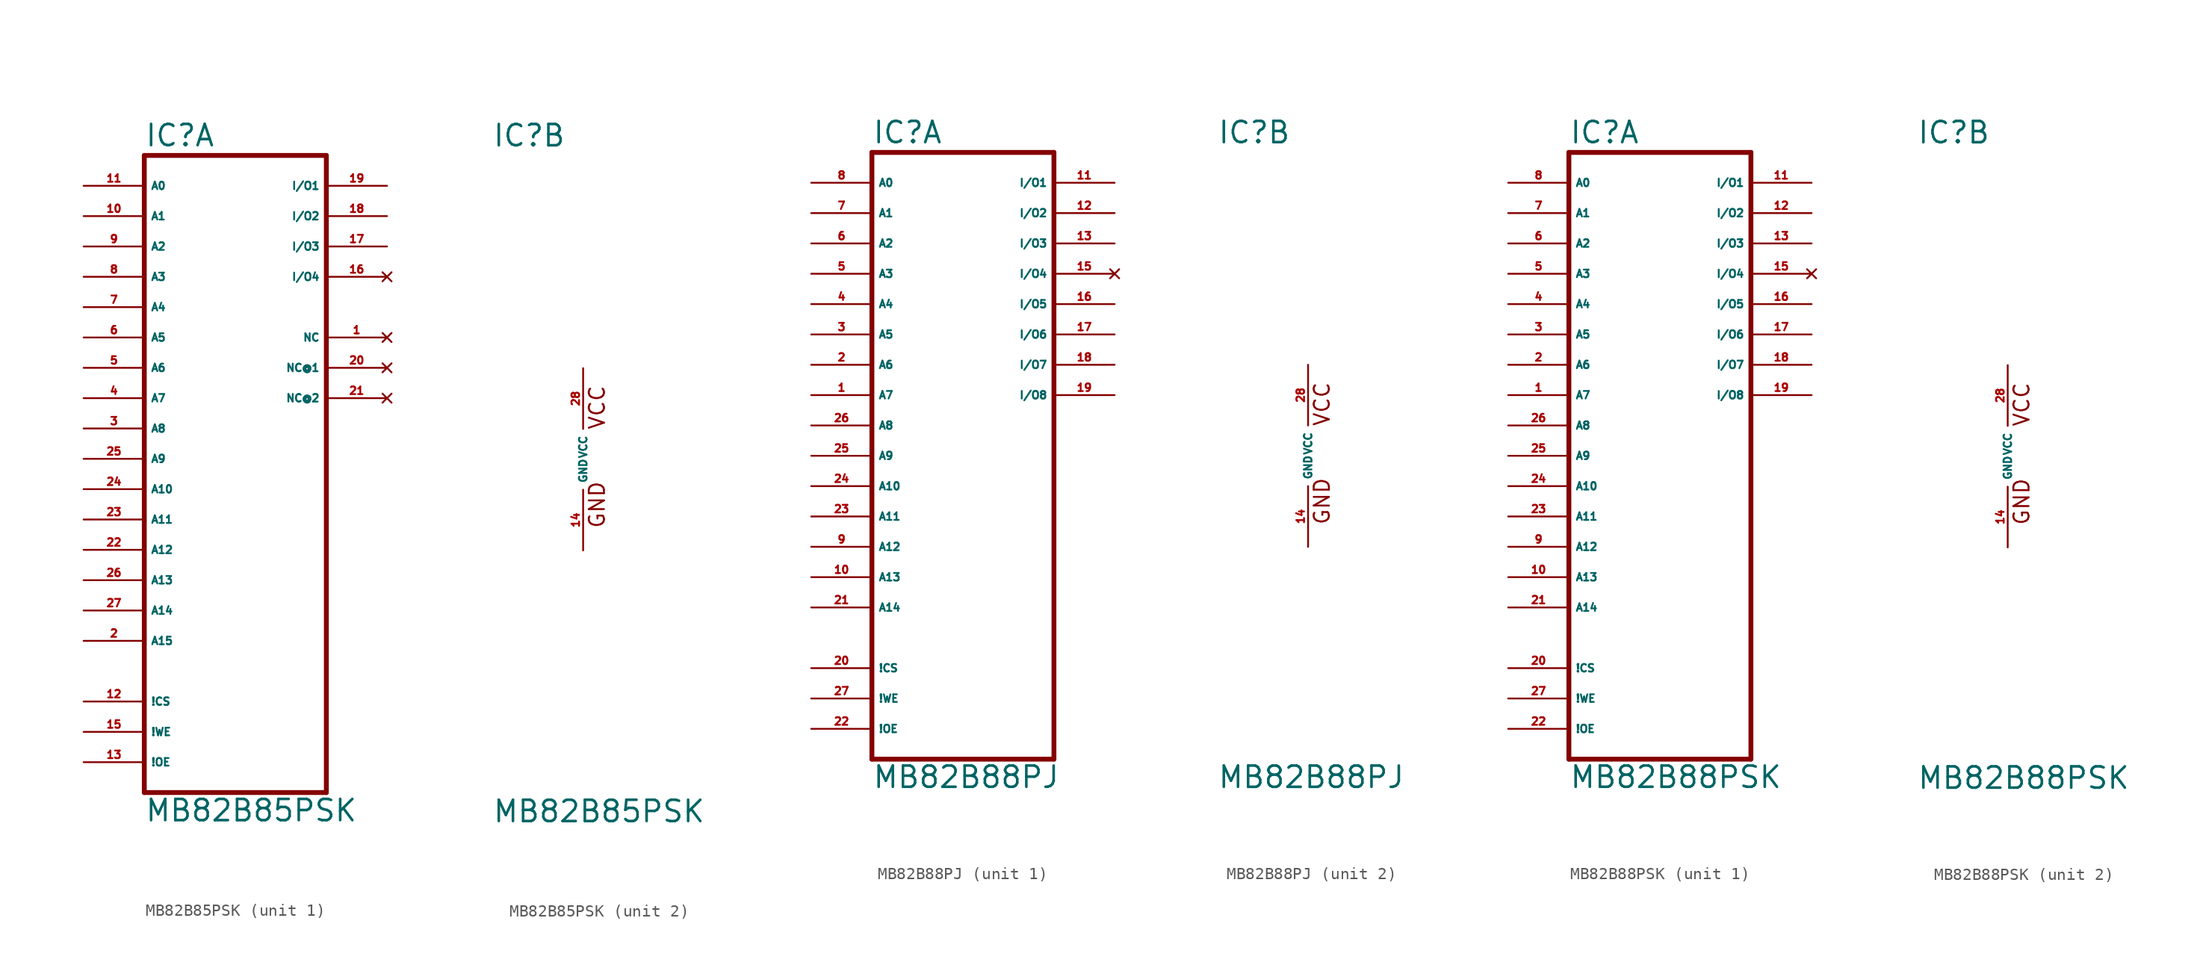
<source format=kicad_sym>
(kicad_symbol_lib
  (version 20220914)
  (generator Eagle2Kicad)
  (symbol "MB82B85PSK"
    (property "Reference" "IC"
      (at -7.62 26.035 0)
      (effects (font (size 1.778 1.778) (thickness 0.22)) (justify left bottom)))
    (property "Value" "MB82B85PSK"
      (at -7.62 -30.48 0)
      (effects (font (size 1.778 1.778) (thickness 0.22)) (justify left bottom)))
    (symbol "MB82B85PSK_1_0"
      (polyline (pts (xy -7.62 -27.94) (xy -7.62 25.4)) (stroke (width 0.406) (type default)) (fill (type none)))
      (polyline (pts (xy -7.62 25.4) (xy 7.62 25.4)) (stroke (width 0.406) (type default)) (fill (type none)))
      (polyline (pts (xy 7.62 25.4) (xy 7.62 -27.94)) (stroke (width 0.406) (type default)) (fill (type none)))
      (polyline (pts (xy 7.62 -27.94) (xy -7.62 -27.94)) (stroke (width 0.406) (type default)) (fill (type none)))
      (pin input line (at -12.7 22.86 0) (length 5.08) (name "A0" (effects (font (size 0.635 0.635) (thickness 0.08)) (justify left bottom))) (number "11" (effects (font (size 0.635 0.635) (thickness 0.08)) (justify left bottom))))
      (pin input line (at -12.7 20.32 0) (length 5.08) (name "A1" (effects (font (size 0.635 0.635) (thickness 0.08)) (justify left bottom))) (number "10" (effects (font (size 0.635 0.635) (thickness 0.08)) (justify left bottom))))
      (pin input line (at -12.7 17.78 0) (length 5.08) (name "A2" (effects (font (size 0.635 0.635) (thickness 0.08)) (justify left bottom))) (number "9" (effects (font (size 0.635 0.635) (thickness 0.08)) (justify left bottom))))
      (pin input line (at -12.7 15.24 0) (length 5.08) (name "A3" (effects (font (size 0.635 0.635) (thickness 0.08)) (justify left bottom))) (number "8" (effects (font (size 0.635 0.635) (thickness 0.08)) (justify left bottom))))
      (pin input line (at -12.7 12.7 0) (length 5.08) (name "A4" (effects (font (size 0.635 0.635) (thickness 0.08)) (justify left bottom))) (number "7" (effects (font (size 0.635 0.635) (thickness 0.08)) (justify left bottom))))
      (pin input line (at -12.7 7.62 0) (length 5.08) (name "A6" (effects (font (size 0.635 0.635) (thickness 0.08)) (justify left bottom))) (number "5" (effects (font (size 0.635 0.635) (thickness 0.08)) (justify left bottom))))
      (pin input line (at -12.7 10.16 0) (length 5.08) (name "A5" (effects (font (size 0.635 0.635) (thickness 0.08)) (justify left bottom))) (number "6" (effects (font (size 0.635 0.635) (thickness 0.08)) (justify left bottom))))
      (pin input line (at -12.7 5.08 0) (length 5.08) (name "A7" (effects (font (size 0.635 0.635) (thickness 0.08)) (justify left bottom))) (number "4" (effects (font (size 0.635 0.635) (thickness 0.08)) (justify left bottom))))
      (pin input line (at -12.7 2.54 0) (length 5.08) (name "A8" (effects (font (size 0.635 0.635) (thickness 0.08)) (justify left bottom))) (number "3" (effects (font (size 0.635 0.635) (thickness 0.08)) (justify left bottom))))
      (pin input line (at -12.7 0 0) (length 5.08) (name "A9" (effects (font (size 0.635 0.635) (thickness 0.08)) (justify left bottom))) (number "25" (effects (font (size 0.635 0.635) (thickness 0.08)) (justify left bottom))))
      (pin input line (at -12.7 -2.54 0) (length 5.08) (name "A10" (effects (font (size 0.635 0.635) (thickness 0.08)) (justify left bottom))) (number "24" (effects (font (size 0.635 0.635) (thickness 0.08)) (justify left bottom))))
      (pin input line (at -12.7 -5.08 0) (length 5.08) (name "A11" (effects (font (size 0.635 0.635) (thickness 0.08)) (justify left bottom))) (number "23" (effects (font (size 0.635 0.635) (thickness 0.08)) (justify left bottom))))
      (pin bidirectional line (at 12.7 22.86 180) (length 5.08) (name "I/O1" (effects (font (size 0.635 0.635) (thickness 0.08)) (justify left bottom))) (number "19" (effects (font (size 0.635 0.635) (thickness 0.08)) (justify left bottom))))
      (pin bidirectional line (at 12.7 20.32 180) (length 5.08) (name "I/O2" (effects (font (size 0.635 0.635) (thickness 0.08)) (justify left bottom))) (number "18" (effects (font (size 0.635 0.635) (thickness 0.08)) (justify left bottom))))
      (pin bidirectional line (at 12.7 17.78 180) (length 5.08) (name "I/O3" (effects (font (size 0.635 0.635) (thickness 0.08)) (justify left bottom))) (number "17" (effects (font (size 0.635 0.635) (thickness 0.08)) (justify left bottom))))
      (pin no_connect line (at 12.7 15.24 180) (length 5.08) (name "I/O4" (effects (font (size 0.635 0.635) (thickness 0.08)) (justify left bottom) hide)) (number "16" (effects (font (size 0.635 0.635) (thickness 0.08)) (justify left bottom) hide)))
      (pin input line (at -12.7 -20.32 0) (length 5.08) (name "!CS" (effects (font (size 0.635 0.635) (thickness 0.08)) (justify left bottom))) (number "12" (effects (font (size 0.635 0.635) (thickness 0.08)) (justify left bottom))))
      (pin input line (at -12.7 -22.86 0) (length 5.08) (name "!WE" (effects (font (size 0.635 0.635) (thickness 0.08)) (justify left bottom))) (number "15" (effects (font (size 0.635 0.635) (thickness 0.08)) (justify left bottom))))
      (pin input line (at -12.7 -7.62 0) (length 5.08) (name "A12" (effects (font (size 0.635 0.635) (thickness 0.08)) (justify left bottom))) (number "22" (effects (font (size 0.635 0.635) (thickness 0.08)) (justify left bottom))))
      (pin input line (at -12.7 -10.16 0) (length 5.08) (name "A13" (effects (font (size 0.635 0.635) (thickness 0.08)) (justify left bottom))) (number "26" (effects (font (size 0.635 0.635) (thickness 0.08)) (justify left bottom))))
      (pin input line (at -12.7 -25.4 0) (length 5.08) (name "!OE" (effects (font (size 0.635 0.635) (thickness 0.08)) (justify left bottom))) (number "13" (effects (font (size 0.635 0.635) (thickness 0.08)) (justify left bottom))))
      (pin no_connect line (at 12.7 10.16 180) (length 5.08) (name "NC" (effects (font (size 0.635 0.635) (thickness 0.08)) (justify left bottom) hide)) (number "1" (effects (font (size 0.635 0.635) (thickness 0.08)) (justify left bottom) hide)))
      (pin input line (at -12.7 -12.7 0) (length 5.08) (name "A14" (effects (font (size 0.635 0.635) (thickness 0.08)) (justify left bottom))) (number "27" (effects (font (size 0.635 0.635) (thickness 0.08)) (justify left bottom))))
      (pin input line (at -12.7 -15.24 0) (length 5.08) (name "A15" (effects (font (size 0.635 0.635) (thickness 0.08)) (justify left bottom))) (number "2" (effects (font (size 0.635 0.635) (thickness 0.08)) (justify left bottom))))
      (pin no_connect line (at 12.7 7.62 180) (length 5.08) (name "NC@1" (effects (font (size 0.635 0.635) (thickness 0.08)) (justify left bottom) hide)) (number "20" (effects (font (size 0.635 0.635) (thickness 0.08)) (justify left bottom) hide)))
      (pin no_connect line (at 12.7 5.08 180) (length 5.08) (name "NC@2" (effects (font (size 0.635 0.635) (thickness 0.08)) (justify left bottom) hide)) (number "21" (effects (font (size 0.635 0.635) (thickness 0.08)) (justify left bottom) hide))))
    (symbol "MB82B85PSK_2_0"
      (text "VCC" (at 1.905 2.413 900) (effects (font (size 1.27 1.27) (thickness 0.16)) (justify left bottom)))
      (text "GND" (at 1.905 -5.842 900) (effects (font (size 1.27 1.27) (thickness 0.16)) (justify left bottom)))
      (pin unspecified line (at 0 -7.62 90) (length 5.08) (name "GND" (effects (font (size 0.635 0.635) (thickness 0.08)) (justify left bottom))) (number "14" (effects (font (size 0.635 0.635) (thickness 0.08)) (justify left bottom))))
      (pin unspecified line (at 0 7.62 270) (length 5.08) (name "VCC" (effects (font (size 0.635 0.635) (thickness 0.08)) (justify left bottom))) (number "28" (effects (font (size 0.635 0.635) (thickness 0.08)) (justify left bottom))))))
  (symbol "MB82B88PJ"
    (property "Reference" "IC"
      (at -7.62 26.035 0)
      (effects (font (size 1.778 1.778) (thickness 0.22)) (justify left bottom)))
    (property "Value" "MB82B88PJ"
      (at -7.62 -27.94 0)
      (effects (font (size 1.778 1.778) (thickness 0.22)) (justify left bottom)))
    (symbol "MB82B88PJ_1_0"
      (polyline (pts (xy -7.62 -25.4) (xy -7.62 25.4)) (stroke (width 0.406) (type default)) (fill (type none)))
      (polyline (pts (xy -7.62 25.4) (xy 7.62 25.4)) (stroke (width 0.406) (type default)) (fill (type none)))
      (polyline (pts (xy 7.62 25.4) (xy 7.62 -25.4)) (stroke (width 0.406) (type default)) (fill (type none)))
      (polyline (pts (xy 7.62 -25.4) (xy -7.62 -25.4)) (stroke (width 0.406) (type default)) (fill (type none)))
      (pin input line (at -12.7 22.86 0) (length 5.08) (name "A0" (effects (font (size 0.635 0.635) (thickness 0.08)) (justify left bottom))) (number "8" (effects (font (size 0.635 0.635) (thickness 0.08)) (justify left bottom))))
      (pin input line (at -12.7 20.32 0) (length 5.08) (name "A1" (effects (font (size 0.635 0.635) (thickness 0.08)) (justify left bottom))) (number "7" (effects (font (size 0.635 0.635) (thickness 0.08)) (justify left bottom))))
      (pin input line (at -12.7 17.78 0) (length 5.08) (name "A2" (effects (font (size 0.635 0.635) (thickness 0.08)) (justify left bottom))) (number "6" (effects (font (size 0.635 0.635) (thickness 0.08)) (justify left bottom))))
      (pin input line (at -12.7 15.24 0) (length 5.08) (name "A3" (effects (font (size 0.635 0.635) (thickness 0.08)) (justify left bottom))) (number "5" (effects (font (size 0.635 0.635) (thickness 0.08)) (justify left bottom))))
      (pin input line (at -12.7 12.7 0) (length 5.08) (name "A4" (effects (font (size 0.635 0.635) (thickness 0.08)) (justify left bottom))) (number "4" (effects (font (size 0.635 0.635) (thickness 0.08)) (justify left bottom))))
      (pin input line (at -12.7 7.62 0) (length 5.08) (name "A6" (effects (font (size 0.635 0.635) (thickness 0.08)) (justify left bottom))) (number "2" (effects (font (size 0.635 0.635) (thickness 0.08)) (justify left bottom))))
      (pin input line (at -12.7 10.16 0) (length 5.08) (name "A5" (effects (font (size 0.635 0.635) (thickness 0.08)) (justify left bottom))) (number "3" (effects (font (size 0.635 0.635) (thickness 0.08)) (justify left bottom))))
      (pin input line (at -12.7 5.08 0) (length 5.08) (name "A7" (effects (font (size 0.635 0.635) (thickness 0.08)) (justify left bottom))) (number "1" (effects (font (size 0.635 0.635) (thickness 0.08)) (justify left bottom))))
      (pin input line (at -12.7 2.54 0) (length 5.08) (name "A8" (effects (font (size 0.635 0.635) (thickness 0.08)) (justify left bottom))) (number "26" (effects (font (size 0.635 0.635) (thickness 0.08)) (justify left bottom))))
      (pin input line (at -12.7 0 0) (length 5.08) (name "A9" (effects (font (size 0.635 0.635) (thickness 0.08)) (justify left bottom))) (number "25" (effects (font (size 0.635 0.635) (thickness 0.08)) (justify left bottom))))
      (pin input line (at -12.7 -2.54 0) (length 5.08) (name "A10" (effects (font (size 0.635 0.635) (thickness 0.08)) (justify left bottom))) (number "24" (effects (font (size 0.635 0.635) (thickness 0.08)) (justify left bottom))))
      (pin input line (at -12.7 -5.08 0) (length 5.08) (name "A11" (effects (font (size 0.635 0.635) (thickness 0.08)) (justify left bottom))) (number "23" (effects (font (size 0.635 0.635) (thickness 0.08)) (justify left bottom))))
      (pin bidirectional line (at 12.7 22.86 180) (length 5.08) (name "I/O1" (effects (font (size 0.635 0.635) (thickness 0.08)) (justify left bottom))) (number "11" (effects (font (size 0.635 0.635) (thickness 0.08)) (justify left bottom))))
      (pin bidirectional line (at 12.7 20.32 180) (length 5.08) (name "I/O2" (effects (font (size 0.635 0.635) (thickness 0.08)) (justify left bottom))) (number "12" (effects (font (size 0.635 0.635) (thickness 0.08)) (justify left bottom))))
      (pin bidirectional line (at 12.7 17.78 180) (length 5.08) (name "I/O3" (effects (font (size 0.635 0.635) (thickness 0.08)) (justify left bottom))) (number "13" (effects (font (size 0.635 0.635) (thickness 0.08)) (justify left bottom))))
      (pin no_connect line (at 12.7 15.24 180) (length 5.08) (name "I/O4" (effects (font (size 0.635 0.635) (thickness 0.08)) (justify left bottom) hide)) (number "15" (effects (font (size 0.635 0.635) (thickness 0.08)) (justify left bottom) hide)))
      (pin input line (at -12.7 -17.78 0) (length 5.08) (name "!CS" (effects (font (size 0.635 0.635) (thickness 0.08)) (justify left bottom))) (number "20" (effects (font (size 0.635 0.635) (thickness 0.08)) (justify left bottom))))
      (pin input line (at -12.7 -20.32 0) (length 5.08) (name "!WE" (effects (font (size 0.635 0.635) (thickness 0.08)) (justify left bottom))) (number "27" (effects (font (size 0.635 0.635) (thickness 0.08)) (justify left bottom))))
      (pin input line (at -12.7 -7.62 0) (length 5.08) (name "A12" (effects (font (size 0.635 0.635) (thickness 0.08)) (justify left bottom))) (number "9" (effects (font (size 0.635 0.635) (thickness 0.08)) (justify left bottom))))
      (pin input line (at -12.7 -10.16 0) (length 5.08) (name "A13" (effects (font (size 0.635 0.635) (thickness 0.08)) (justify left bottom))) (number "10" (effects (font (size 0.635 0.635) (thickness 0.08)) (justify left bottom))))
      (pin input line (at -12.7 -22.86 0) (length 5.08) (name "!OE" (effects (font (size 0.635 0.635) (thickness 0.08)) (justify left bottom))) (number "22" (effects (font (size 0.635 0.635) (thickness 0.08)) (justify left bottom))))
      (pin bidirectional line (at 12.7 10.16 180) (length 5.08) (name "I/O6" (effects (font (size 0.635 0.635) (thickness 0.08)) (justify left bottom))) (number "17" (effects (font (size 0.635 0.635) (thickness 0.08)) (justify left bottom))))
      (pin input line (at -12.7 -12.7 0) (length 5.08) (name "A14" (effects (font (size 0.635 0.635) (thickness 0.08)) (justify left bottom))) (number "21" (effects (font (size 0.635 0.635) (thickness 0.08)) (justify left bottom))))
      (pin bidirectional line (at 12.7 12.7 180) (length 5.08) (name "I/O5" (effects (font (size 0.635 0.635) (thickness 0.08)) (justify left bottom))) (number "16" (effects (font (size 0.635 0.635) (thickness 0.08)) (justify left bottom))))
      (pin bidirectional line (at 12.7 7.62 180) (length 5.08) (name "I/O7" (effects (font (size 0.635 0.635) (thickness 0.08)) (justify left bottom))) (number "18" (effects (font (size 0.635 0.635) (thickness 0.08)) (justify left bottom))))
      (pin bidirectional line (at 12.7 5.08 180) (length 5.08) (name "I/O8" (effects (font (size 0.635 0.635) (thickness 0.08)) (justify left bottom))) (number "19" (effects (font (size 0.635 0.635) (thickness 0.08)) (justify left bottom)))))
    (symbol "MB82B88PJ_2_0"
      (text "VCC" (at 1.905 2.413 900) (effects (font (size 1.27 1.27) (thickness 0.16)) (justify left bottom)))
      (text "GND" (at 1.905 -5.842 900) (effects (font (size 1.27 1.27) (thickness 0.16)) (justify left bottom)))
      (pin unspecified line (at 0 -7.62 90) (length 5.08) (name "GND" (effects (font (size 0.635 0.635) (thickness 0.08)) (justify left bottom))) (number "14" (effects (font (size 0.635 0.635) (thickness 0.08)) (justify left bottom))))
      (pin unspecified line (at 0 7.62 270) (length 5.08) (name "VCC" (effects (font (size 0.635 0.635) (thickness 0.08)) (justify left bottom))) (number "28" (effects (font (size 0.635 0.635) (thickness 0.08)) (justify left bottom))))))
  (symbol "MB82B88PSK"
    (property "Reference" "IC"
      (at -7.62 26.035 0)
      (effects (font (size 1.778 1.778) (thickness 0.22)) (justify left bottom)))
    (property "Value" "MB82B88PSK"
      (at -7.62 -27.94 0)
      (effects (font (size 1.778 1.778) (thickness 0.22)) (justify left bottom)))
    (symbol "MB82B88PSK_1_0"
      (polyline (pts (xy -7.62 -25.4) (xy -7.62 25.4)) (stroke (width 0.406) (type default)) (fill (type none)))
      (polyline (pts (xy -7.62 25.4) (xy 7.62 25.4)) (stroke (width 0.406) (type default)) (fill (type none)))
      (polyline (pts (xy 7.62 25.4) (xy 7.62 -25.4)) (stroke (width 0.406) (type default)) (fill (type none)))
      (polyline (pts (xy 7.62 -25.4) (xy -7.62 -25.4)) (stroke (width 0.406) (type default)) (fill (type none)))
      (pin input line (at -12.7 22.86 0) (length 5.08) (name "A0" (effects (font (size 0.635 0.635) (thickness 0.08)) (justify left bottom))) (number "8" (effects (font (size 0.635 0.635) (thickness 0.08)) (justify left bottom))))
      (pin input line (at -12.7 20.32 0) (length 5.08) (name "A1" (effects (font (size 0.635 0.635) (thickness 0.08)) (justify left bottom))) (number "7" (effects (font (size 0.635 0.635) (thickness 0.08)) (justify left bottom))))
      (pin input line (at -12.7 17.78 0) (length 5.08) (name "A2" (effects (font (size 0.635 0.635) (thickness 0.08)) (justify left bottom))) (number "6" (effects (font (size 0.635 0.635) (thickness 0.08)) (justify left bottom))))
      (pin input line (at -12.7 15.24 0) (length 5.08) (name "A3" (effects (font (size 0.635 0.635) (thickness 0.08)) (justify left bottom))) (number "5" (effects (font (size 0.635 0.635) (thickness 0.08)) (justify left bottom))))
      (pin input line (at -12.7 12.7 0) (length 5.08) (name "A4" (effects (font (size 0.635 0.635) (thickness 0.08)) (justify left bottom))) (number "4" (effects (font (size 0.635 0.635) (thickness 0.08)) (justify left bottom))))
      (pin input line (at -12.7 7.62 0) (length 5.08) (name "A6" (effects (font (size 0.635 0.635) (thickness 0.08)) (justify left bottom))) (number "2" (effects (font (size 0.635 0.635) (thickness 0.08)) (justify left bottom))))
      (pin input line (at -12.7 10.16 0) (length 5.08) (name "A5" (effects (font (size 0.635 0.635) (thickness 0.08)) (justify left bottom))) (number "3" (effects (font (size 0.635 0.635) (thickness 0.08)) (justify left bottom))))
      (pin input line (at -12.7 5.08 0) (length 5.08) (name "A7" (effects (font (size 0.635 0.635) (thickness 0.08)) (justify left bottom))) (number "1" (effects (font (size 0.635 0.635) (thickness 0.08)) (justify left bottom))))
      (pin input line (at -12.7 2.54 0) (length 5.08) (name "A8" (effects (font (size 0.635 0.635) (thickness 0.08)) (justify left bottom))) (number "26" (effects (font (size 0.635 0.635) (thickness 0.08)) (justify left bottom))))
      (pin input line (at -12.7 0 0) (length 5.08) (name "A9" (effects (font (size 0.635 0.635) (thickness 0.08)) (justify left bottom))) (number "25" (effects (font (size 0.635 0.635) (thickness 0.08)) (justify left bottom))))
      (pin input line (at -12.7 -2.54 0) (length 5.08) (name "A10" (effects (font (size 0.635 0.635) (thickness 0.08)) (justify left bottom))) (number "24" (effects (font (size 0.635 0.635) (thickness 0.08)) (justify left bottom))))
      (pin input line (at -12.7 -5.08 0) (length 5.08) (name "A11" (effects (font (size 0.635 0.635) (thickness 0.08)) (justify left bottom))) (number "23" (effects (font (size 0.635 0.635) (thickness 0.08)) (justify left bottom))))
      (pin bidirectional line (at 12.7 22.86 180) (length 5.08) (name "I/O1" (effects (font (size 0.635 0.635) (thickness 0.08)) (justify left bottom))) (number "11" (effects (font (size 0.635 0.635) (thickness 0.08)) (justify left bottom))))
      (pin bidirectional line (at 12.7 20.32 180) (length 5.08) (name "I/O2" (effects (font (size 0.635 0.635) (thickness 0.08)) (justify left bottom))) (number "12" (effects (font (size 0.635 0.635) (thickness 0.08)) (justify left bottom))))
      (pin bidirectional line (at 12.7 17.78 180) (length 5.08) (name "I/O3" (effects (font (size 0.635 0.635) (thickness 0.08)) (justify left bottom))) (number "13" (effects (font (size 0.635 0.635) (thickness 0.08)) (justify left bottom))))
      (pin no_connect line (at 12.7 15.24 180) (length 5.08) (name "I/O4" (effects (font (size 0.635 0.635) (thickness 0.08)) (justify left bottom) hide)) (number "15" (effects (font (size 0.635 0.635) (thickness 0.08)) (justify left bottom) hide)))
      (pin input line (at -12.7 -17.78 0) (length 5.08) (name "!CS" (effects (font (size 0.635 0.635) (thickness 0.08)) (justify left bottom))) (number "20" (effects (font (size 0.635 0.635) (thickness 0.08)) (justify left bottom))))
      (pin input line (at -12.7 -20.32 0) (length 5.08) (name "!WE" (effects (font (size 0.635 0.635) (thickness 0.08)) (justify left bottom))) (number "27" (effects (font (size 0.635 0.635) (thickness 0.08)) (justify left bottom))))
      (pin input line (at -12.7 -7.62 0) (length 5.08) (name "A12" (effects (font (size 0.635 0.635) (thickness 0.08)) (justify left bottom))) (number "9" (effects (font (size 0.635 0.635) (thickness 0.08)) (justify left bottom))))
      (pin input line (at -12.7 -10.16 0) (length 5.08) (name "A13" (effects (font (size 0.635 0.635) (thickness 0.08)) (justify left bottom))) (number "10" (effects (font (size 0.635 0.635) (thickness 0.08)) (justify left bottom))))
      (pin input line (at -12.7 -22.86 0) (length 5.08) (name "!OE" (effects (font (size 0.635 0.635) (thickness 0.08)) (justify left bottom))) (number "22" (effects (font (size 0.635 0.635) (thickness 0.08)) (justify left bottom))))
      (pin bidirectional line (at 12.7 10.16 180) (length 5.08) (name "I/O6" (effects (font (size 0.635 0.635) (thickness 0.08)) (justify left bottom))) (number "17" (effects (font (size 0.635 0.635) (thickness 0.08)) (justify left bottom))))
      (pin input line (at -12.7 -12.7 0) (length 5.08) (name "A14" (effects (font (size 0.635 0.635) (thickness 0.08)) (justify left bottom))) (number "21" (effects (font (size 0.635 0.635) (thickness 0.08)) (justify left bottom))))
      (pin bidirectional line (at 12.7 12.7 180) (length 5.08) (name "I/O5" (effects (font (size 0.635 0.635) (thickness 0.08)) (justify left bottom))) (number "16" (effects (font (size 0.635 0.635) (thickness 0.08)) (justify left bottom))))
      (pin bidirectional line (at 12.7 7.62 180) (length 5.08) (name "I/O7" (effects (font (size 0.635 0.635) (thickness 0.08)) (justify left bottom))) (number "18" (effects (font (size 0.635 0.635) (thickness 0.08)) (justify left bottom))))
      (pin bidirectional line (at 12.7 5.08 180) (length 5.08) (name "I/O8" (effects (font (size 0.635 0.635) (thickness 0.08)) (justify left bottom))) (number "19" (effects (font (size 0.635 0.635) (thickness 0.08)) (justify left bottom)))))
    (symbol "MB82B88PSK_2_0"
      (text "VCC" (at 1.905 2.413 900) (effects (font (size 1.27 1.27) (thickness 0.16)) (justify left bottom)))
      (text "GND" (at 1.905 -5.842 900) (effects (font (size 1.27 1.27) (thickness 0.16)) (justify left bottom)))
      (pin unspecified line (at 0 -7.62 90) (length 5.08) (name "GND" (effects (font (size 0.635 0.635) (thickness 0.08)) (justify left bottom))) (number "14" (effects (font (size 0.635 0.635) (thickness 0.08)) (justify left bottom))))
      (pin unspecified line (at 0 7.62 270) (length 5.08) (name "VCC" (effects (font (size 0.635 0.635) (thickness 0.08)) (justify left bottom))) (number "28" (effects (font (size 0.635 0.635) (thickness 0.08)) (justify left bottom)))))))
</source>
